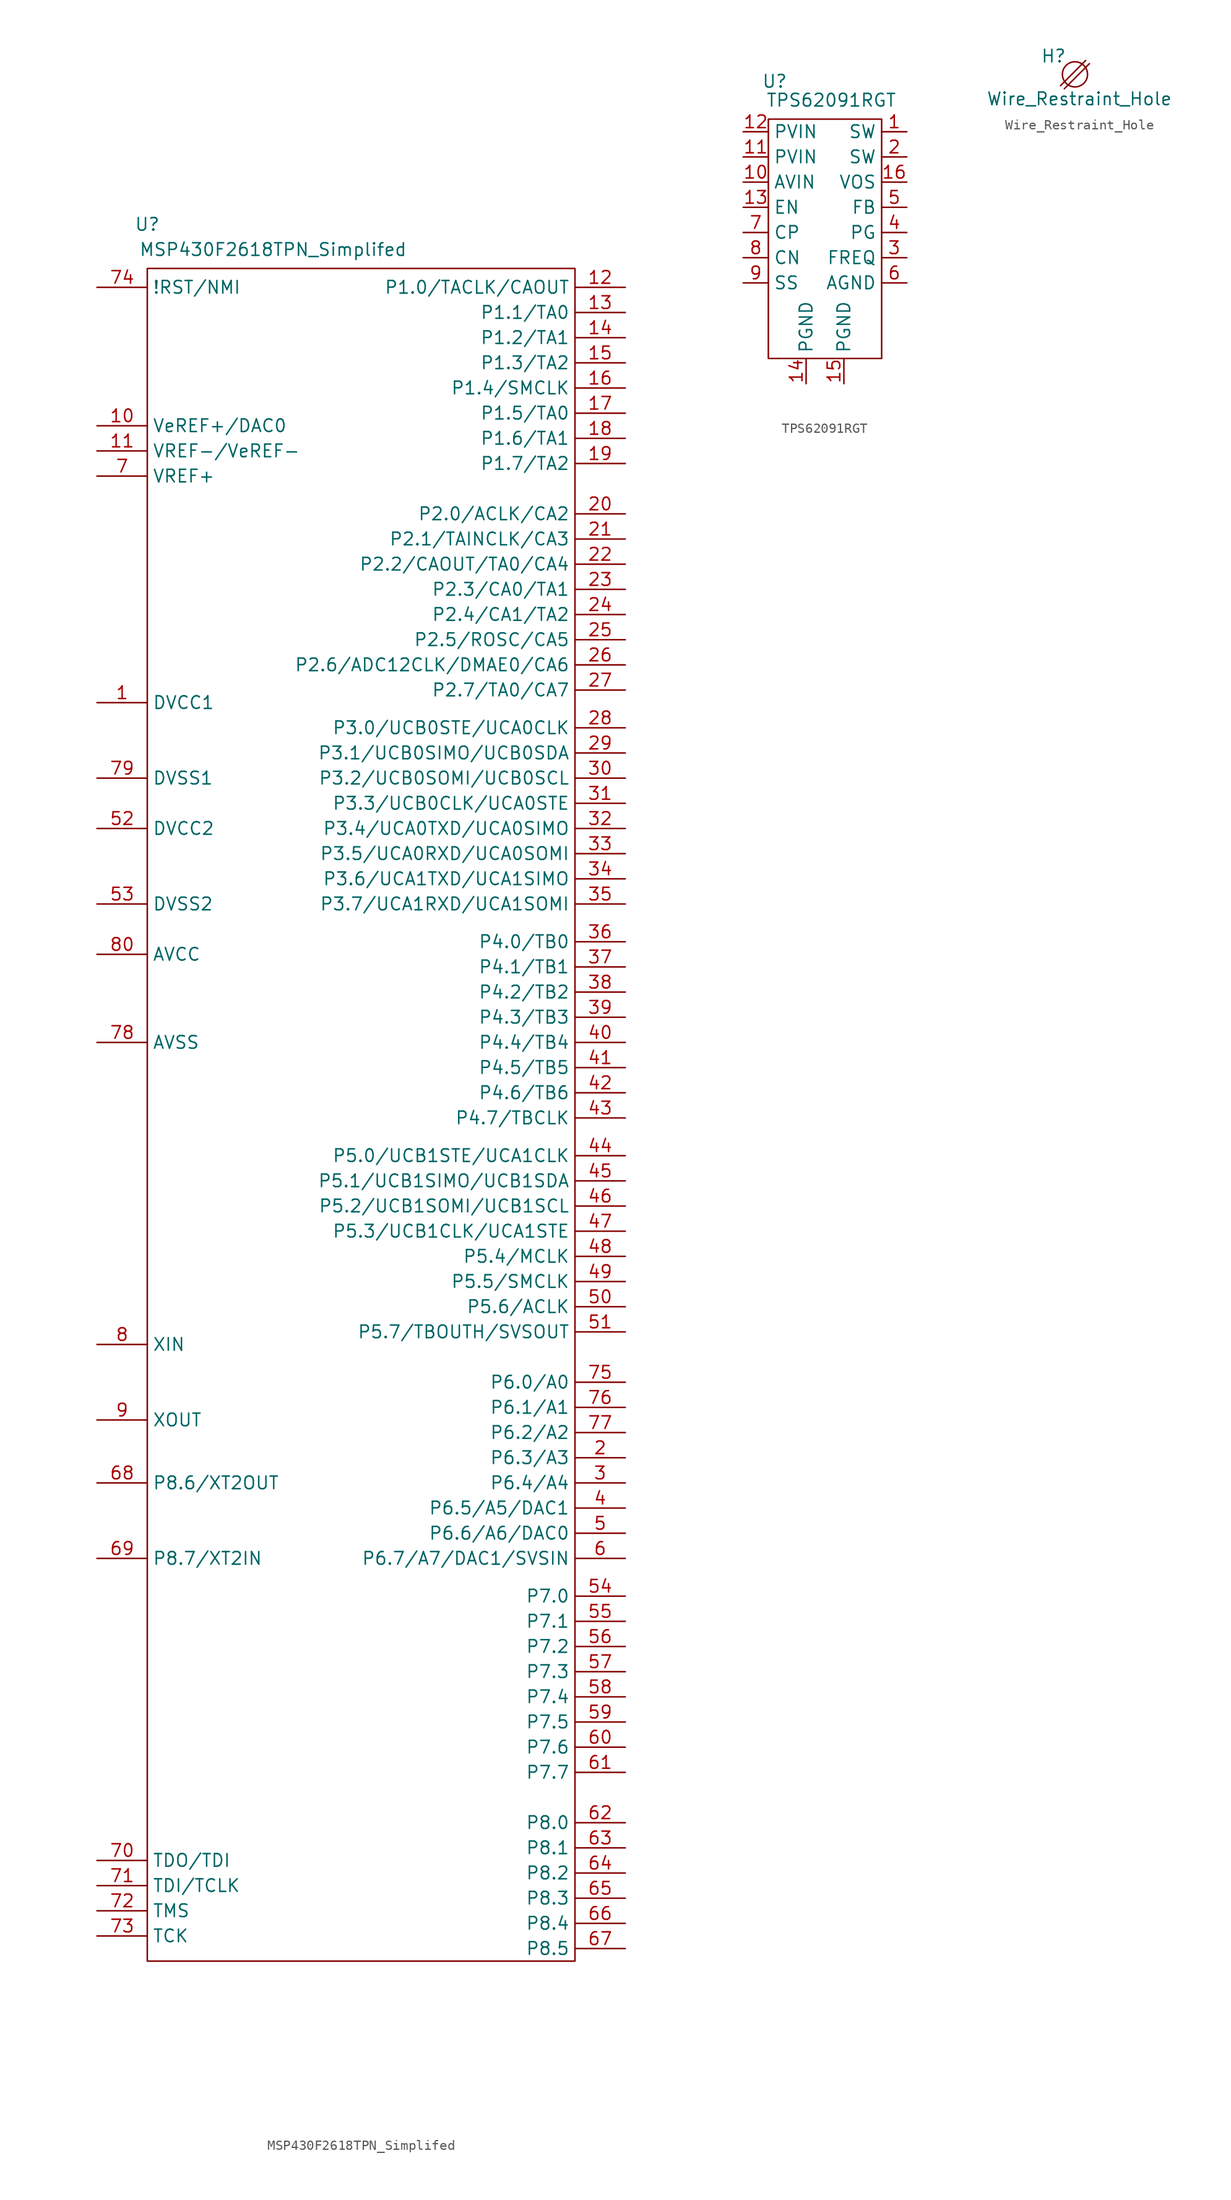
<source format=kicad_sym>
(kicad_symbol_lib
  (version 20220914)
  (generator kicad_symbol_editor)
  (symbol "MSP430F2618TPN_Simplifed"
    (property "Reference" "U"
      (at -13.97 80.01 0)
      (effects (font (size 1.27 1.27))))
    (property "Value" "MSP430F2618TPN_Simplifed"
      (at -1.27 77.47 0)
      (effects (font (size 1.27 1.27))))
    (symbol "MSP430F2618TPN_Simplifed_0_1"
      (polyline (pts (xy -13.97 75.565) (xy -13.97 -95.25) (xy 29.21 -95.25) (xy 29.21 75.565) (xy -13.97 75.565)) (stroke (width 0) (type default)) (fill (type none))))
    (symbol "MSP430F2618TPN_Simplifed_1_1"
      (pin power_in line (at -19.05 31.75 0) (length 5.08) (name "DVCC1" (effects (font (size 1.27 1.27)))) (number "1" (effects (font (size 1.27 1.27)))))
      (pin tri_state line (at -19.05 59.69 0) (length 5.08) (name "VeREF+/DAC0" (effects (font (size 1.27 1.27)))) (number "10" (effects (font (size 1.27 1.27)))))
      (pin power_in line (at -19.05 57.15 0) (length 5.08) (name "VREF-/VeREF-" (effects (font (size 1.27 1.27)))) (number "11" (effects (font (size 1.27 1.27)))))
      (pin tri_state line (at 34.29 73.66 180) (length 5.08) (name "P1.0/TACLK/CAOUT" (effects (font (size 1.27 1.27)))) (number "12" (effects (font (size 1.27 1.27)))))
      (pin tri_state line (at 34.29 71.12 180) (length 5.08) (name "P1.1/TA0" (effects (font (size 1.27 1.27)))) (number "13" (effects (font (size 1.27 1.27)))))
      (pin tri_state line (at 34.29 68.58 180) (length 5.08) (name "P1.2/TA1" (effects (font (size 1.27 1.27)))) (number "14" (effects (font (size 1.27 1.27)))))
      (pin tri_state line (at 34.29 66.04 180) (length 5.08) (name "P1.3/TA2" (effects (font (size 1.27 1.27)))) (number "15" (effects (font (size 1.27 1.27)))))
      (pin tri_state line (at 34.29 63.5 180) (length 5.08) (name "P1.4/SMCLK" (effects (font (size 1.27 1.27)))) (number "16" (effects (font (size 1.27 1.27)))))
      (pin tri_state line (at 34.29 60.96 180) (length 5.08) (name "P1.5/TA0" (effects (font (size 1.27 1.27)))) (number "17" (effects (font (size 1.27 1.27)))))
      (pin tri_state line (at 34.29 58.42 180) (length 5.08) (name "P1.6/TA1" (effects (font (size 1.27 1.27)))) (number "18" (effects (font (size 1.27 1.27)))))
      (pin tri_state line (at 34.29 55.88 180) (length 5.08) (name "P1.7/TA2" (effects (font (size 1.27 1.27)))) (number "19" (effects (font (size 1.27 1.27)))))
      (pin tri_state line (at 34.29 -44.45 180) (length 5.08) (name "P6.3/A3" (effects (font (size 1.27 1.27)))) (number "2" (effects (font (size 1.27 1.27)))))
      (pin tri_state line (at 34.29 50.8 180) (length 5.08) (name "P2.0/ACLK/CA2" (effects (font (size 1.27 1.27)))) (number "20" (effects (font (size 1.27 1.27)))))
      (pin tri_state line (at 34.29 48.26 180) (length 5.08) (name "P2.1/TAINCLK/CA3" (effects (font (size 1.27 1.27)))) (number "21" (effects (font (size 1.27 1.27)))))
      (pin tri_state line (at 34.29 45.72 180) (length 5.08) (name "P2.2/CAOUT/TA0/CA4" (effects (font (size 1.27 1.27)))) (number "22" (effects (font (size 1.27 1.27)))))
      (pin tri_state line (at 34.29 43.18 180) (length 5.08) (name "P2.3/CA0/TA1" (effects (font (size 1.27 1.27)))) (number "23" (effects (font (size 1.27 1.27)))))
      (pin tri_state line (at 34.29 40.64 180) (length 5.08) (name "P2.4/CA1/TA2" (effects (font (size 1.27 1.27)))) (number "24" (effects (font (size 1.27 1.27)))))
      (pin tri_state line (at 34.29 38.1 180) (length 5.08) (name "P2.5/ROSC/CA5" (effects (font (size 1.27 1.27)))) (number "25" (effects (font (size 1.27 1.27)))))
      (pin tri_state line (at 34.29 35.56 180) (length 5.08) (name "P2.6/ADC12CLK/DMAE0/CA6" (effects (font (size 1.27 1.27)))) (number "26" (effects (font (size 1.27 1.27)))))
      (pin tri_state line (at 34.29 33.02 180) (length 5.08) (name "P2.7/TA0/CA7" (effects (font (size 1.27 1.27)))) (number "27" (effects (font (size 1.27 1.27)))))
      (pin tri_state line (at 34.29 29.21 180) (length 5.08) (name "P3.0/UCB0STE/UCA0CLK" (effects (font (size 1.27 1.27)))) (number "28" (effects (font (size 1.27 1.27)))))
      (pin tri_state line (at 34.29 26.67 180) (length 5.08) (name "P3.1/UCB0SIMO/UCB0SDA" (effects (font (size 1.27 1.27)))) (number "29" (effects (font (size 1.27 1.27)))))
      (pin tri_state line (at 34.29 -46.99 180) (length 5.08) (name "P6.4/A4" (effects (font (size 1.27 1.27)))) (number "3" (effects (font (size 1.27 1.27)))))
      (pin tri_state line (at 34.29 24.13 180) (length 5.08) (name "P3.2/UCB0SOMI/UCB0SCL" (effects (font (size 1.27 1.27)))) (number "30" (effects (font (size 1.27 1.27)))))
      (pin tri_state line (at 34.29 21.59 180) (length 5.08) (name "P3.3/UCB0CLK/UCA0STE" (effects (font (size 1.27 1.27)))) (number "31" (effects (font (size 1.27 1.27)))))
      (pin tri_state line (at 34.29 19.05 180) (length 5.08) (name "P3.4/UCA0TXD/UCA0SIMO" (effects (font (size 1.27 1.27)))) (number "32" (effects (font (size 1.27 1.27)))))
      (pin tri_state line (at 34.29 16.51 180) (length 5.08) (name "P3.5/UCA0RXD/UCA0SOMI" (effects (font (size 1.27 1.27)))) (number "33" (effects (font (size 1.27 1.27)))))
      (pin tri_state line (at 34.29 13.97 180) (length 5.08) (name "P3.6/UCA1TXD/UCA1SIMO" (effects (font (size 1.27 1.27)))) (number "34" (effects (font (size 1.27 1.27)))))
      (pin tri_state line (at 34.29 11.43 180) (length 5.08) (name "P3.7/UCA1RXD/UCA1SOMI" (effects (font (size 1.27 1.27)))) (number "35" (effects (font (size 1.27 1.27)))))
      (pin tri_state line (at 34.29 7.62 180) (length 5.08) (name "P4.0/TB0" (effects (font (size 1.27 1.27)))) (number "36" (effects (font (size 1.27 1.27)))))
      (pin tri_state line (at 34.29 5.08 180) (length 5.08) (name "P4.1/TB1" (effects (font (size 1.27 1.27)))) (number "37" (effects (font (size 1.27 1.27)))))
      (pin tri_state line (at 34.29 2.54 180) (length 5.08) (name "P4.2/TB2" (effects (font (size 1.27 1.27)))) (number "38" (effects (font (size 1.27 1.27)))))
      (pin tri_state line (at 34.29 0 180) (length 5.08) (name "P4.3/TB3" (effects (font (size 1.27 1.27)))) (number "39" (effects (font (size 1.27 1.27)))))
      (pin tri_state line (at 34.29 -49.53 180) (length 5.08) (name "P6.5/A5/DAC1" (effects (font (size 1.27 1.27)))) (number "4" (effects (font (size 1.27 1.27)))))
      (pin tri_state line (at 34.29 -2.54 180) (length 5.08) (name "P4.4/TB4" (effects (font (size 1.27 1.27)))) (number "40" (effects (font (size 1.27 1.27)))))
      (pin tri_state line (at 34.29 -5.08 180) (length 5.08) (name "P4.5/TB5" (effects (font (size 1.27 1.27)))) (number "41" (effects (font (size 1.27 1.27)))))
      (pin tri_state line (at 34.29 -7.62 180) (length 5.08) (name "P4.6/TB6" (effects (font (size 1.27 1.27)))) (number "42" (effects (font (size 1.27 1.27)))))
      (pin tri_state line (at 34.29 -10.16 180) (length 5.08) (name "P4.7/TBCLK" (effects (font (size 1.27 1.27)))) (number "43" (effects (font (size 1.27 1.27)))))
      (pin tri_state line (at 34.29 -13.97 180) (length 5.08) (name "P5.0/UCB1STE/UCA1CLK" (effects (font (size 1.27 1.27)))) (number "44" (effects (font (size 1.27 1.27)))))
      (pin tri_state line (at 34.29 -16.51 180) (length 5.08) (name "P5.1/UCB1SIMO/UCB1SDA" (effects (font (size 1.27 1.27)))) (number "45" (effects (font (size 1.27 1.27)))))
      (pin tri_state line (at 34.29 -19.05 180) (length 5.08) (name "P5.2/UCB1SOMI/UCB1SCL" (effects (font (size 1.27 1.27)))) (number "46" (effects (font (size 1.27 1.27)))))
      (pin tri_state line (at 34.29 -21.59 180) (length 5.08) (name "P5.3/UCB1CLK/UCA1STE" (effects (font (size 1.27 1.27)))) (number "47" (effects (font (size 1.27 1.27)))))
      (pin tri_state line (at 34.29 -24.13 180) (length 5.08) (name "P5.4/MCLK" (effects (font (size 1.27 1.27)))) (number "48" (effects (font (size 1.27 1.27)))))
      (pin tri_state line (at 34.29 -26.67 180) (length 5.08) (name "P5.5/SMCLK" (effects (font (size 1.27 1.27)))) (number "49" (effects (font (size 1.27 1.27)))))
      (pin tri_state line (at 34.29 -52.07 180) (length 5.08) (name "P6.6/A6/DAC0" (effects (font (size 1.27 1.27)))) (number "5" (effects (font (size 1.27 1.27)))))
      (pin tri_state line (at 34.29 -29.21 180) (length 5.08) (name "P5.6/ACLK" (effects (font (size 1.27 1.27)))) (number "50" (effects (font (size 1.27 1.27)))))
      (pin tri_state line (at 34.29 -31.75 180) (length 5.08) (name "P5.7/TBOUTH/SVSOUT" (effects (font (size 1.27 1.27)))) (number "51" (effects (font (size 1.27 1.27)))))
      (pin power_in line (at -19.05 19.05 0) (length 5.08) (name "DVCC2" (effects (font (size 1.27 1.27)))) (number "52" (effects (font (size 1.27 1.27)))))
      (pin power_in line (at -19.05 11.43 0) (length 5.08) (name "DVSS2" (effects (font (size 1.27 1.27)))) (number "53" (effects (font (size 1.27 1.27)))))
      (pin tri_state line (at 34.29 -58.42 180) (length 5.08) (name "P7.0" (effects (font (size 1.27 1.27)))) (number "54" (effects (font (size 1.27 1.27)))))
      (pin tri_state line (at 34.29 -60.96 180) (length 5.08) (name "P7.1" (effects (font (size 1.27 1.27)))) (number "55" (effects (font (size 1.27 1.27)))))
      (pin tri_state line (at 34.29 -63.5 180) (length 5.08) (name "P7.2" (effects (font (size 1.27 1.27)))) (number "56" (effects (font (size 1.27 1.27)))))
      (pin tri_state line (at 34.29 -66.04 180) (length 5.08) (name "P7.3" (effects (font (size 1.27 1.27)))) (number "57" (effects (font (size 1.27 1.27)))))
      (pin tri_state line (at 34.29 -68.58 180) (length 5.08) (name "P7.4" (effects (font (size 1.27 1.27)))) (number "58" (effects (font (size 1.27 1.27)))))
      (pin tri_state line (at 34.29 -71.12 180) (length 5.08) (name "P7.5" (effects (font (size 1.27 1.27)))) (number "59" (effects (font (size 1.27 1.27)))))
      (pin tri_state line (at 34.29 -54.61 180) (length 5.08) (name "P6.7/A7/DAC1/SVSIN" (effects (font (size 1.27 1.27)))) (number "6" (effects (font (size 1.27 1.27)))))
      (pin tri_state line (at 34.29 -73.66 180) (length 5.08) (name "P7.6" (effects (font (size 1.27 1.27)))) (number "60" (effects (font (size 1.27 1.27)))))
      (pin tri_state line (at 34.29 -76.2 180) (length 5.08) (name "P7.7" (effects (font (size 1.27 1.27)))) (number "61" (effects (font (size 1.27 1.27)))))
      (pin tri_state line (at 34.29 -81.28 180) (length 5.08) (name "P8.0" (effects (font (size 1.27 1.27)))) (number "62" (effects (font (size 1.27 1.27)))))
      (pin tri_state line (at 34.29 -83.82 180) (length 5.08) (name "P8.1" (effects (font (size 1.27 1.27)))) (number "63" (effects (font (size 1.27 1.27)))))
      (pin tri_state line (at 34.29 -86.36 180) (length 5.08) (name "P8.2" (effects (font (size 1.27 1.27)))) (number "64" (effects (font (size 1.27 1.27)))))
      (pin tri_state line (at 34.29 -88.9 180) (length 5.08) (name "P8.3" (effects (font (size 1.27 1.27)))) (number "65" (effects (font (size 1.27 1.27)))))
      (pin tri_state line (at 34.29 -91.44 180) (length 5.08) (name "P8.4" (effects (font (size 1.27 1.27)))) (number "66" (effects (font (size 1.27 1.27)))))
      (pin tri_state line (at 34.29 -93.98 180) (length 5.08) (name "P8.5" (effects (font (size 1.27 1.27)))) (number "67" (effects (font (size 1.27 1.27)))))
      (pin tri_state line (at -19.05 -46.99 0) (length 5.08) (name "P8.6/XT2OUT" (effects (font (size 1.27 1.27)))) (number "68" (effects (font (size 1.27 1.27)))))
      (pin tri_state line (at -19.05 -54.61 0) (length 5.08) (name "P8.7/XT2IN" (effects (font (size 1.27 1.27)))) (number "69" (effects (font (size 1.27 1.27)))))
      (pin power_in line (at -19.05 54.61 0) (length 5.08) (name "VREF+" (effects (font (size 1.27 1.27)))) (number "7" (effects (font (size 1.27 1.27)))))
      (pin tri_state line (at -19.05 -85.09 0) (length 5.08) (name "TDO/TDI" (effects (font (size 1.27 1.27)))) (number "70" (effects (font (size 1.27 1.27)))))
      (pin tri_state line (at -19.05 -87.63 0) (length 5.08) (name "TDI/TCLK" (effects (font (size 1.27 1.27)))) (number "71" (effects (font (size 1.27 1.27)))))
      (pin tri_state line (at -19.05 -90.17 0) (length 5.08) (name "TMS" (effects (font (size 1.27 1.27)))) (number "72" (effects (font (size 1.27 1.27)))))
      (pin tri_state line (at -19.05 -92.71 0) (length 5.08) (name "TCK" (effects (font (size 1.27 1.27)))) (number "73" (effects (font (size 1.27 1.27)))))
      (pin tri_state line (at -19.05 73.66 0) (length 5.08) (name "!RST/NMI" (effects (font (size 1.27 1.27)))) (number "74" (effects (font (size 1.27 1.27)))))
      (pin tri_state line (at 34.29 -36.83 180) (length 5.08) (name "P6.0/A0" (effects (font (size 1.27 1.27)))) (number "75" (effects (font (size 1.27 1.27)))))
      (pin tri_state line (at 34.29 -39.37 180) (length 5.08) (name "P6.1/A1" (effects (font (size 1.27 1.27)))) (number "76" (effects (font (size 1.27 1.27)))))
      (pin tri_state line (at 34.29 -41.91 180) (length 5.08) (name "P6.2/A2" (effects (font (size 1.27 1.27)))) (number "77" (effects (font (size 1.27 1.27)))))
      (pin power_in line (at -19.05 -2.54 0) (length 5.08) (name "AVSS" (effects (font (size 1.27 1.27)))) (number "78" (effects (font (size 1.27 1.27)))))
      (pin power_in line (at -19.05 24.13 0) (length 5.08) (name "DVSS1" (effects (font (size 1.27 1.27)))) (number "79" (effects (font (size 1.27 1.27)))))
      (pin passive line (at -19.05 -33.02 0) (length 5.08) (name "XIN" (effects (font (size 1.27 1.27)))) (number "8" (effects (font (size 1.27 1.27)))))
      (pin power_in line (at -19.05 6.35 0) (length 5.08) (name "AVCC" (effects (font (size 1.27 1.27)))) (number "80" (effects (font (size 1.27 1.27)))))
      (pin passive line (at -19.05 -40.64 0) (length 5.08) (name "XOUT" (effects (font (size 1.27 1.27)))) (number "9" (effects (font (size 1.27 1.27)))))))
  (symbol "TPS62091RGT"
    (property "Reference" "U"
      (at -5.715 12.7 0)
      (effects (font (size 1.27 1.27))))
    (property "Value" "TPS62091RGT"
      (at 0 10.795 0)
      (effects (font (size 1.27 1.27))))
    (symbol "TPS62091RGT_0_1"
      (rectangle (start -6.35 8.89) (end 5.08 -15.24) (stroke (width 0) (type default)) (fill (type none))))
    (symbol "TPS62091RGT_1_1"
      (pin power_out line (at 7.62 7.62 180) (length 2.54) (name "SW" (effects (font (size 1.27 1.27)))) (number "1" (effects (font (size 1.27 1.27)))))
      (pin power_in line (at -8.89 2.54 0) (length 2.54) (name "AVIN" (effects (font (size 1.27 1.27)))) (number "10" (effects (font (size 1.27 1.27)))))
      (pin power_in line (at -8.89 5.08 0) (length 2.54) (name "PVIN" (effects (font (size 1.27 1.27)))) (number "11" (effects (font (size 1.27 1.27)))))
      (pin power_in line (at -8.89 7.62 0) (length 2.54) (name "PVIN" (effects (font (size 1.27 1.27)))) (number "12" (effects (font (size 1.27 1.27)))))
      (pin input line (at -8.89 0 0) (length 2.54) (name "EN" (effects (font (size 1.27 1.27)))) (number "13" (effects (font (size 1.27 1.27)))))
      (pin power_in line (at -2.54 -17.78 90) (length 2.54) (name "PGND" (effects (font (size 1.27 1.27)))) (number "14" (effects (font (size 1.27 1.27)))))
      (pin power_in line (at 1.27 -17.78 90) (length 2.54) (name "PGND" (effects (font (size 1.27 1.27)))) (number "15" (effects (font (size 1.27 1.27)))))
      (pin bidirectional line (at 7.62 2.54 180) (length 2.54) (name "VOS" (effects (font (size 1.27 1.27)))) (number "16" (effects (font (size 1.27 1.27)))))
      (pin power_out line (at 7.62 5.08 180) (length 2.54) (name "SW" (effects (font (size 1.27 1.27)))) (number "2" (effects (font (size 1.27 1.27)))))
      (pin input line (at 7.62 -5.08 180) (length 2.54) (name "FREQ" (effects (font (size 1.27 1.27)))) (number "3" (effects (font (size 1.27 1.27)))))
      (pin output line (at 7.62 -2.54 180) (length 2.54) (name "PG" (effects (font (size 1.27 1.27)))) (number "4" (effects (font (size 1.27 1.27)))))
      (pin bidirectional line (at 7.62 0 180) (length 2.54) (name "FB" (effects (font (size 1.27 1.27)))) (number "5" (effects (font (size 1.27 1.27)))))
      (pin input line (at 7.62 -7.62 180) (length 2.54) (name "AGND" (effects (font (size 1.27 1.27)))) (number "6" (effects (font (size 1.27 1.27)))))
      (pin input line (at -8.89 -2.54 0) (length 2.54) (name "CP" (effects (font (size 1.27 1.27)))) (number "7" (effects (font (size 1.27 1.27)))))
      (pin input line (at -8.89 -5.08 0) (length 2.54) (name "CN" (effects (font (size 1.27 1.27)))) (number "8" (effects (font (size 1.27 1.27)))))
      (pin input line (at -8.89 -7.62 0) (length 2.54) (name "SS" (effects (font (size 1.27 1.27)))) (number "9" (effects (font (size 1.27 1.27)))))))
  (symbol "Wire_Restraint_Hole"
    (property "Reference" "H"
      (at -2.159 1.841 0)
      (effects (font (size 1.27 1.27))))
    (property "Value" "Wire_Restraint_Hole"
      (at 0.445 -2.477 0)
      (effects (font (size 1.27 1.27))))
    (symbol "Wire_Restraint_Hole_0_1"
      (polyline (pts (xy -1.46 -1.143) (xy 1.079 1.397)) (stroke (width 0) (type default)) (fill (type none)))
      (polyline (pts (xy -1.079 -1.46) (xy 1.46 1.079)) (stroke (width 0) (type default)) (fill (type none)))
      (circle (center 0 0) (radius 1.27) (stroke (width 0) (type default)) (fill (type none))))))
</source>
